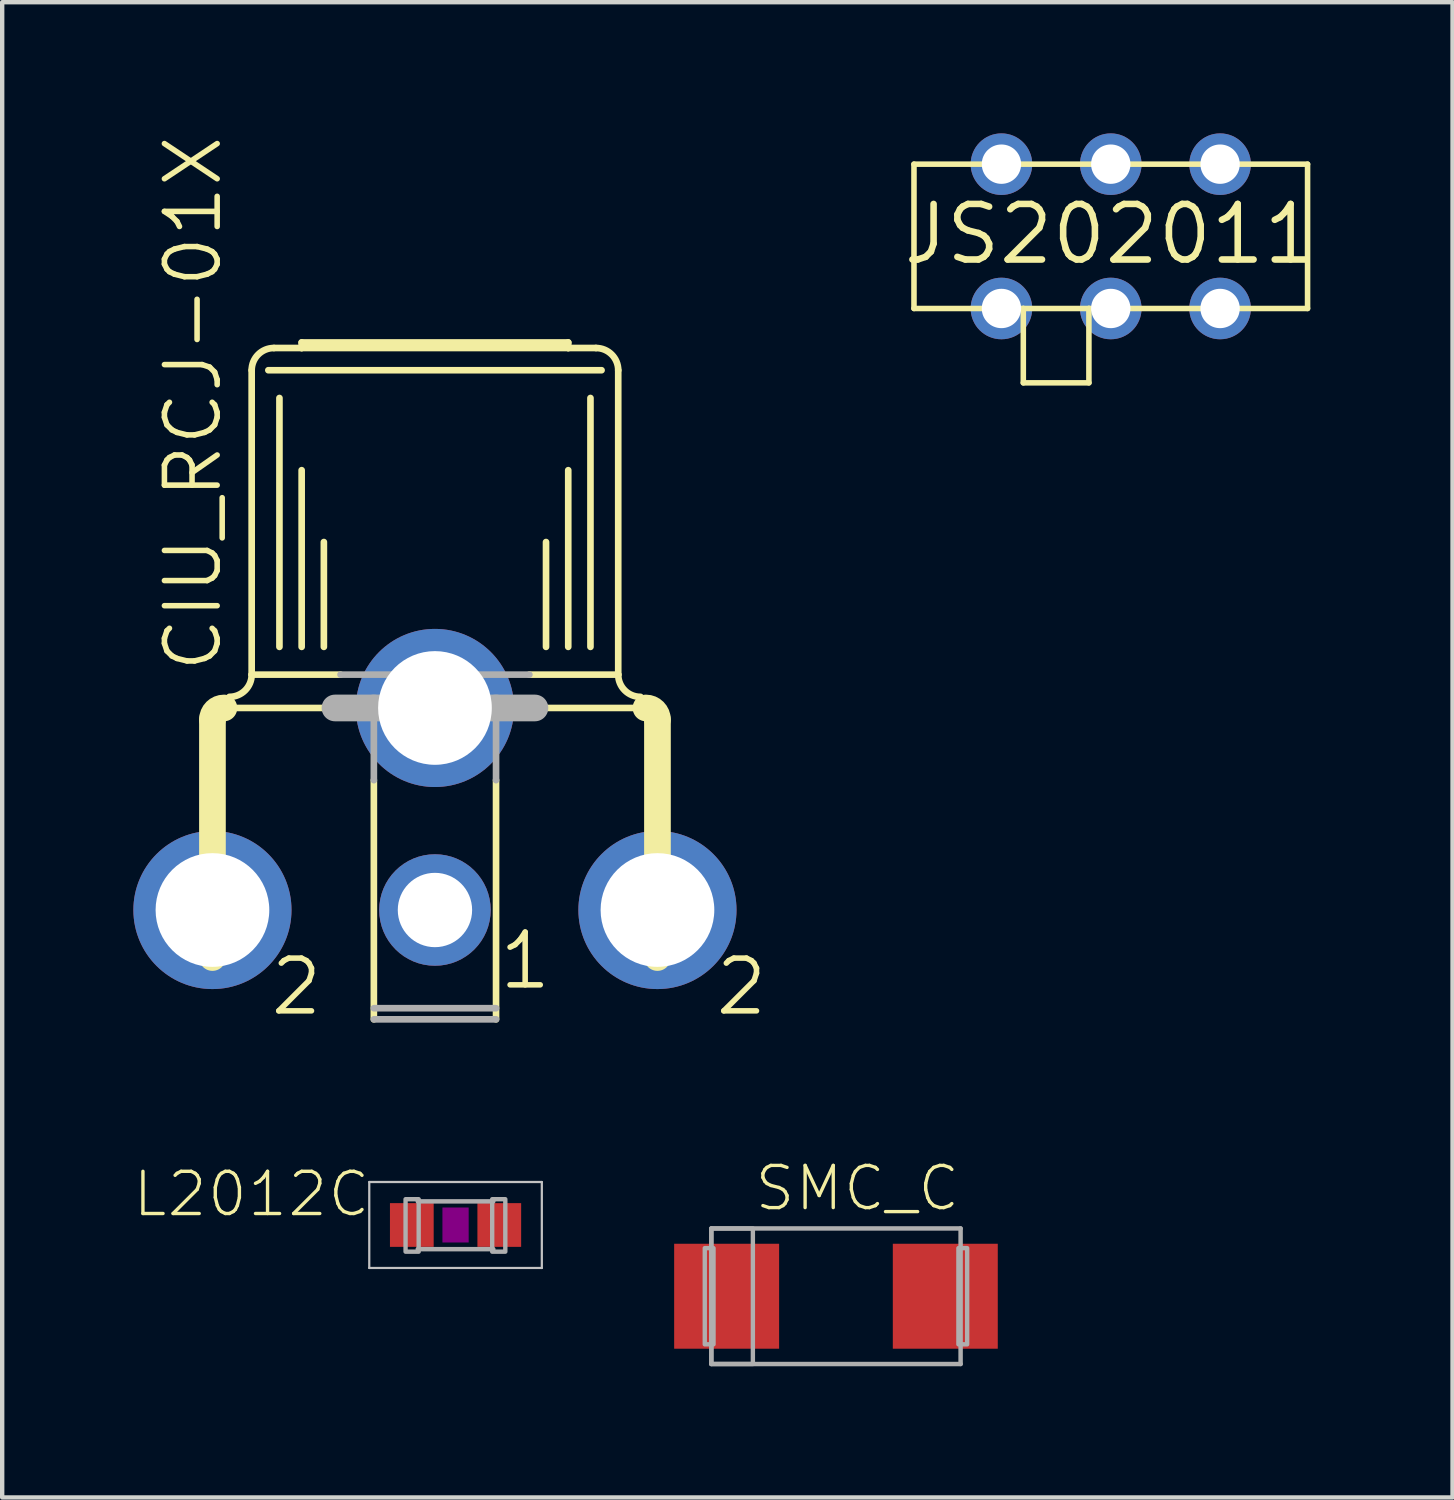
<source format=kicad_pcb>
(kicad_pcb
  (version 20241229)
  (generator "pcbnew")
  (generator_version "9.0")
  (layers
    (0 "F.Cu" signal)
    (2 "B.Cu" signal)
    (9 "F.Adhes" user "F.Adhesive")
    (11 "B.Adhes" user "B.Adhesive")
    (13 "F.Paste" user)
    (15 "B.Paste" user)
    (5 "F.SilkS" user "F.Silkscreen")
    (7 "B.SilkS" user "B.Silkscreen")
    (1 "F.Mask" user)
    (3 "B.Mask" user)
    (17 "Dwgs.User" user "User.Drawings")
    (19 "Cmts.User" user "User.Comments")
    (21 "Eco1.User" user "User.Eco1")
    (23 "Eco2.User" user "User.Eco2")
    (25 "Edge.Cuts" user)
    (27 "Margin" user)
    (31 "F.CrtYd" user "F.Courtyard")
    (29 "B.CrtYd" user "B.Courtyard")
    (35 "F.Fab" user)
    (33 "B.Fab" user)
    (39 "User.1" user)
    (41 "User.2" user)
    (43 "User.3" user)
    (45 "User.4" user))
  (footprint "CIU_RCJ-01X"
    (layer "F.Cu")
    (at 6.896 13.179)
    (property "Reference" "CIU_RCJ-01X" (at -4.826 -0.802 90) (layer "F.SilkS") (effects (font (size 1.206 1.206) (thickness 0.127)) (justify left bottom)))
    (attr through_hole)
    (fp_line (start -5.088 5.667) (end -5.088 0.222) (stroke (width 0.61) (type solid)) (layer "F.SilkS"))
    (fp_line (start -4.826 -0.04) (end -2.286 -0.04) (stroke (width 0.152) (type solid)) (layer "F.SilkS"))
    (fp_line (start -4.191 -0.802) (end -4.191 -7.763) (stroke (width 0.152) (type solid)) (layer "F.SilkS"))
    (fp_line (start -3.81 -7.763) (end 3.81 -7.763) (stroke (width 0.152) (type solid)) (layer "F.SilkS"))
    (fp_line (start -3.683 -8.271) (end -3.048 -8.271) (stroke (width 0.152) (type solid)) (layer "F.SilkS"))
    (fp_line (start -3.556 -1.437) (end -3.556 -7.128) (stroke (width 0.152) (type solid)) (layer "F.SilkS"))
    (fp_line (start -3.048 -8.398) (end 3.048 -8.398) (stroke (width 0.152) (type solid)) (layer "F.SilkS"))
    (fp_line (start -3.048 -8.271) (end -3.048 -8.398) (stroke (width 0.152) (type solid)) (layer "F.SilkS"))
    (fp_line (start -3.048 -8.271) (end 3.048 -8.271) (stroke (width 0.152) (type solid)) (layer "F.SilkS"))
    (fp_line (start -3.048 -1.437) (end -3.048 -5.477) (stroke (width 0.152) (type solid)) (layer "F.SilkS"))
    (fp_line (start -2.54 -1.437) (end -2.54 -3.834) (stroke (width 0.152) (type solid)) (layer "F.SilkS"))
    (fp_line (start -2.159 -0.802) (end -4.191 -0.802) (stroke (width 0.152) (type solid)) (layer "F.SilkS"))
    (fp_line (start -1.397 7.08) (end -1.397 1.611) (stroke (width 0.152) (type solid)) (layer "F.SilkS"))
    (fp_line (start 1.397 7.08) (end 1.397 1.611) (stroke (width 0.152) (type solid)) (layer "F.SilkS"))
    (fp_line (start 2.286 -0.04) (end 4.826 -0.04) (stroke (width 0.152) (type solid)) (layer "F.SilkS"))
    (fp_line (start 2.54 -1.437) (end 2.54 -3.834) (stroke (width 0.152) (type solid)) (layer "F.SilkS"))
    (fp_line (start 3.048 -8.398) (end 3.048 -8.271) (stroke (width 0.152) (type solid)) (layer "F.SilkS"))
    (fp_line (start 3.048 -8.271) (end 3.683 -8.271) (stroke (width 0.152) (type solid)) (layer "F.SilkS"))
    (fp_line (start 3.048 -1.437) (end 3.048 -5.477) (stroke (width 0.152) (type solid)) (layer "F.SilkS"))
    (fp_line (start 3.556 -1.437) (end 3.556 -7.128) (stroke (width 0.152) (type solid)) (layer "F.SilkS"))
    (fp_line (start 4.191 -7.763) (end 4.191 -0.802) (stroke (width 0.152) (type solid)) (layer "F.SilkS"))
    (fp_line (start 4.191 -0.802) (end 2.159 -0.802) (stroke (width 0.152) (type solid)) (layer "F.SilkS"))
    (fp_line (start 5.088 0.222) (end 5.088 5.667) (stroke (width 0.61) (type solid)) (layer "F.SilkS"))
    (fp_arc (start -5.088 0.222) (mid -5.011262 0.036738) (end -4.826 -0.04) (stroke (width 0.6096) (type solid)) (layer "F.SilkS"))
    (fp_arc (start -4.191 -7.763) (mid -4.04221 -8.12221) (end -3.683 -8.271) (stroke (width 0.1524) (type solid)) (layer "F.SilkS"))
    (fp_arc (start -4.191 -0.802) (mid -4.33979 -0.44279) (end -4.699 -0.294) (stroke (width 0.1524) (type solid)) (layer "F.SilkS"))
    (fp_arc (start 3.683 -8.271) (mid 4.04221 -8.12221) (end 4.191 -7.763) (stroke (width 0.1524) (type solid)) (layer "F.SilkS"))
    (fp_arc (start 4.699 -0.294) (mid 4.33979 -0.44279) (end 4.191 -0.802) (stroke (width 0.1524) (type solid)) (layer "F.SilkS"))
    (fp_arc (start 4.826 -0.04) (mid 5.011262 0.036738) (end 5.088 0.222) (stroke (width 0.6096) (type solid)) (layer "F.SilkS"))
    (fp_line (start -1.397 -0.04) (end -2.286 -0.04) (stroke (width 0.61) (type solid)) (layer "F.Fab"))
    (fp_line (start -1.397 -0.04) (end 1.397 -0.04) (stroke (width 0.61) (type solid)) (layer "F.Fab"))
    (fp_line (start -1.397 1.611) (end -1.397 -0.04) (stroke (width 0.152) (type solid)) (layer "F.Fab"))
    (fp_line (start 1.397 -0.04) (end 2.286 -0.04) (stroke (width 0.61) (type solid)) (layer "F.Fab"))
    (fp_line (start 1.397 1.611) (end 1.397 -0.04) (stroke (width 0.152) (type solid)) (layer "F.Fab"))
    (fp_line (start 1.397 6.826) (end -1.397 6.826) (stroke (width 0.152) (type solid)) (layer "F.Fab"))
    (fp_line (start 1.397 7.08) (end -1.397 7.08) (stroke (width 0.152) (type solid)) (layer "F.Fab"))
    (fp_line (start 2.159 -0.802) (end -2.159 -0.802) (stroke (width 0.152) (type solid)) (layer "F.Fab"))
    (fp_text user "2 " (at -3.826 7.04 0) (layer "F.SilkS") (effects (font (size 1.206 1.206) (thickness 0.127)) (justify left bottom)))
    (fp_text user "1" (at 1.405 6.445 0) (layer "F.SilkS") (effects (font (size 1.206 1.206) (thickness 0.127)) (justify left bottom)))
    (fp_text user "2" (at 6.35 7.04 0) (layer "F.SilkS") (effects (font (size 1.206 1.206) (thickness 0.127)) (justify left bottom)))
    (pad "1" thru_hole circle (at 0 4.58) (size 2.55 2.55) (drill 1.7) (layers "*.Cu" "*.Mask"))
    (pad "2@1" thru_hole circle (at -5.088 4.58) (size 3.616 3.616) (drill 2.6) (layers "*.Cu" "*.Mask"))
    (pad "2@2" thru_hole circle (at 0 -0.04) (size 3.616 3.616) (drill 2.6) (layers "*.Cu" "*.Mask"))
    (pad "2@3" thru_hole circle (at 5.088 4.58) (size 3.616 3.616) (drill 2.6) (layers "*.Cu" "*.Mask")))
  (footprint "L2012C"
    (layer "F.Cu")
    (at 7.367 24.962)
    (property "Reference" "L2012C" (at -1.905 -1.27 180) (layer "F.SilkS") (effects (font (size 0.965 0.965) (thickness 0.077)) (justify right top)))
    (attr through_hole)
    (fp_poly (pts (xy -0.3 0.4) (xy 0.3 0.4) (xy 0.3 -0.4) (xy -0.3 -0.4)) (stroke (width 0) (type solid)) (fill yes) (layer "F.Adhes"))
    (fp_line (start -1.973 -0.983) (end 1.973 -0.983) (stroke (width 0.051) (type solid)) (layer "Dwgs.User"))
    (fp_line (start -1.973 0.983) (end -1.973 -0.983) (stroke (width 0.051) (type solid)) (layer "Dwgs.User"))
    (fp_line (start 1.973 -0.983) (end 1.973 0.983) (stroke (width 0.051) (type solid)) (layer "Dwgs.User"))
    (fp_line (start 1.973 0.983) (end -1.973 0.983) (stroke (width 0.051) (type solid)) (layer "Dwgs.User"))
    (fp_line (start -0.864 -0.54) (end 0.864 -0.54) (stroke (width 0.102) (type solid)) (layer "F.Fab"))
    (fp_line (start -0.864 0.553) (end 0.864 0.553) (stroke (width 0.102) (type solid)) (layer "F.Fab"))
    (fp_poly (pts (xy -1.143 0.61) (xy -0.843 0.61) (xy -0.843 -0.59) (xy -1.143 -0.59)) (stroke (width 0.1) (type solid)) (fill no) (layer "F.Fab"))
    (fp_poly (pts (xy 0.838 0.61) (xy 1.138 0.61) (xy 1.138 -0.59) (xy 0.838 -0.59)) (stroke (width 0.1) (type solid)) (fill no) (layer "F.Fab"))
    (pad "1" smd rect (at -1 0) (size 1 1) (layers "F.Cu" "F.Mask" "F.Paste"))
    (pad "2" smd rect (at 1 0) (size 1 1) (layers "F.Cu" "F.Mask" "F.Paste")))
  (footprint "SMC_C"
    (layer "F.Cu")
    (at 16.066 26.591)
    (property "Reference" "SMC_C" (at -1.905 -1.905 180) (layer "F.SilkS") (effects (font (size 0.965 0.965) (thickness 0.077)) (justify left bottom)))
    (attr through_hole)
    (fp_line (start -2.85 -1.55) (end 2.85 -1.55) (stroke (width 0.102) (type solid)) (layer "F.Fab"))
    (fp_line (start -2.85 1.55) (end -2.85 -1.55) (stroke (width 0.102) (type solid)) (layer "F.Fab"))
    (fp_line (start 2.85 -1.55) (end 2.85 1.55) (stroke (width 0.102) (type solid)) (layer "F.Fab"))
    (fp_line (start 2.85 1.55) (end -2.85 1.55) (stroke (width 0.102) (type solid)) (layer "F.Fab"))
    (fp_poly (pts (xy -3 1.1) (xy -2.8 1.1) (xy -2.8 -1.1) (xy -3 -1.1)) (stroke (width 0.1) (type solid)) (fill no) (layer "F.Fab"))
    (fp_poly (pts (xy -2.85 1.55) (xy -1.9 1.55) (xy -1.9 -1.55) (xy -2.85 -1.55)) (stroke (width 0.1) (type solid)) (fill no) (layer "F.Fab"))
    (fp_poly (pts (xy 3 -1.1) (xy 2.8 -1.1) (xy 2.8 1.1) (xy 3 1.1)) (stroke (width 0.1) (type solid)) (fill no) (layer "F.Fab"))
    (pad "+" smd rect (at -2.5 0) (size 2.4 2.4) (layers "F.Cu" "F.Mask" "F.Paste"))
    (pad "-" smd rect (at 2.5 0 180) (size 2.4 2.4) (layers "F.Cu" "F.Mask" "F.Paste")))
  (footprint "JS202011"
    (layer "F.Cu")
    (at 22.35 2.304)
    (property "Reference" "JS202011" (at 0 0 0) (layer "F.SilkS") (effects (font (size 1.27 1.27) (thickness 0.15))))
    (attr through_hole)
    (fp_line (start -4.5 -1.6) (end 4.5 -1.6) (stroke (width 0.127) (type solid)) (layer "F.SilkS"))
    (fp_line (start -4.5 1.7) (end -4.5 -1.6) (stroke (width 0.127) (type solid)) (layer "F.SilkS"))
    (fp_line (start -2 1.7) (end -4.5 1.7) (stroke (width 0.127) (type solid)) (layer "F.SilkS"))
    (fp_line (start -2 1.7) (end -2 3.4) (stroke (width 0.127) (type solid)) (layer "F.SilkS"))
    (fp_line (start -2 3.4) (end -0.5 3.4) (stroke (width 0.127) (type solid)) (layer "F.SilkS"))
    (fp_line (start -0.5 1.7) (end -2 1.7) (stroke (width 0.127) (type solid)) (layer "F.SilkS"))
    (fp_line (start -0.5 3.4) (end -0.5 1.7) (stroke (width 0.127) (type solid)) (layer "F.SilkS"))
    (fp_line (start 4.5 -1.6) (end 4.5 1.7) (stroke (width 0.127) (type solid)) (layer "F.SilkS"))
    (fp_line (start 4.5 1.7) (end -0.5 1.7) (stroke (width 0.127) (type solid)) (layer "F.SilkS"))
    (pad "1" thru_hole circle (at -2.5 1.7) (size 1.408 1.408) (drill 0.9) (layers "*.Cu" "*.Mask"))
    (pad "2" thru_hole circle (at 0 1.7) (size 1.408 1.408) (drill 0.9) (layers "*.Cu" "*.Mask"))
    (pad "3" thru_hole circle (at 2.5 1.7) (size 1.408 1.408) (drill 0.9) (layers "*.Cu" "*.Mask"))
    (pad "4" thru_hole circle (at -2.5 -1.6) (size 1.408 1.408) (drill 0.9) (layers "*.Cu" "*.Mask"))
    (pad "5" thru_hole circle (at 0 -1.6) (size 1.408 1.408) (drill 0.9) (layers "*.Cu" "*.Mask"))
    (pad "6" thru_hole circle (at 2.5 -1.6) (size 1.408 1.408) (drill 0.9) (layers "*.Cu" "*.Mask")))
  (gr_rect
    (start -3 -3)
    (end 30.165 31.192)
    (stroke (width 0.1) (type default))
    (fill no)
    (layer "Edge.Cuts")))
</source>
